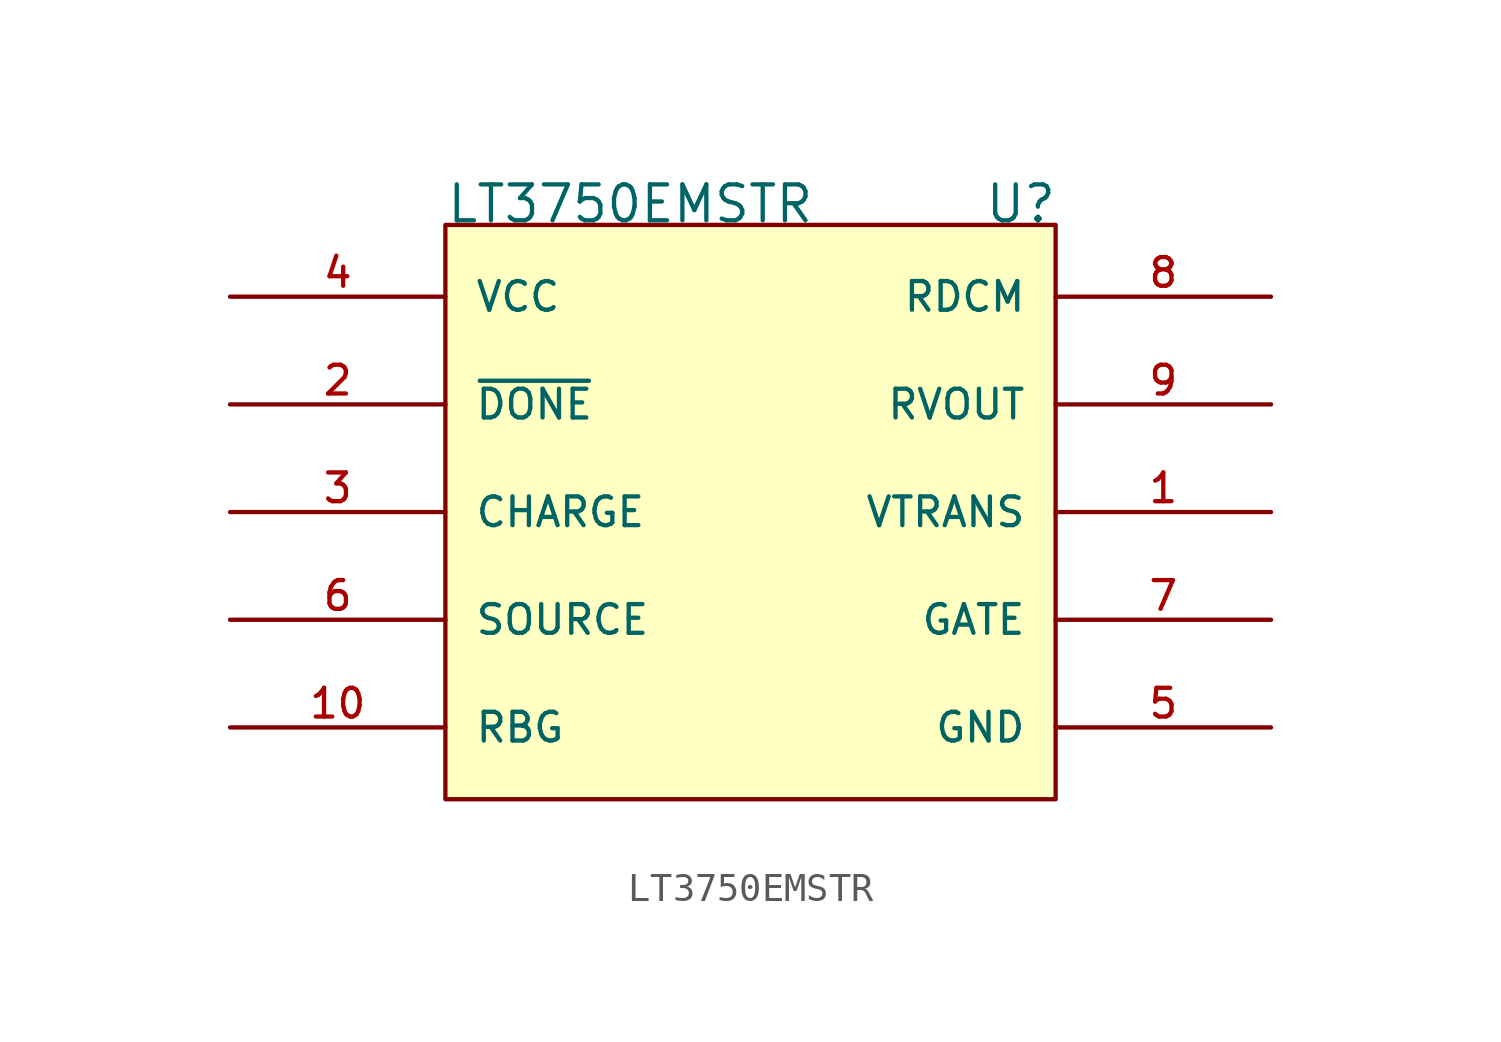
<source format=kicad_sym>
(kicad_symbol_lib
  (version 20220914)
  (generator kicad_symbol_editor)
  (symbol "LT3750EMSTR"
    (pin_names
      (offset 1.016))
    (property "Reference" "U"
      (at 26.67 5.08 0)
      (effects (font (size 1.27 1.27)) (justify left bottom)))
    (property "Value" "LT3750EMSTR"
      (at 7.62 5.08 0)
      (effects (font (size 1.27 1.27)) (justify left bottom)))
    (symbol "LT3750EMSTR_0_0"
      (rectangle (start 7.62 5.08) (end 29.21 -15.24) (stroke (width 0.152) (type default)) (fill (type background)))
      (pin passive line (at 36.83 -5.08 180) (length 7.62) (name "VTRANS" (effects (font (size 1.016 1.016)))) (number "1" (effects (font (size 1.016 1.016)))))
      (pin output line (at 0 -12.7 0) (length 7.62) (name "RBG" (effects (font (size 1.016 1.016)))) (number "10" (effects (font (size 1.016 1.016)))))
      (pin output line (at 0 -1.27 0) (length 7.62) (name "~{DONE}" (effects (font (size 1.016 1.016)))) (number "2" (effects (font (size 1.016 1.016)))))
      (pin input line (at 0 -5.08 0) (length 7.62) (name "CHARGE" (effects (font (size 1.016 1.016)))) (number "3" (effects (font (size 1.016 1.016)))))
      (pin power_in line (at 0 2.54 0) (length 7.62) (name "VCC" (effects (font (size 1.016 1.016)))) (number "4" (effects (font (size 1.016 1.016)))))
      (pin power_in line (at 36.83 -12.7 180) (length 7.62) (name "GND" (effects (font (size 1.016 1.016)))) (number "5" (effects (font (size 1.016 1.016)))))
      (pin passive line (at 0 -8.89 0) (length 7.62) (name "SOURCE" (effects (font (size 1.016 1.016)))) (number "6" (effects (font (size 1.016 1.016)))))
      (pin passive line (at 36.83 -8.89 180) (length 7.62) (name "GATE" (effects (font (size 1.016 1.016)))) (number "7" (effects (font (size 1.016 1.016)))))
      (pin passive line (at 36.83 2.54 180) (length 7.62) (name "RDCM" (effects (font (size 1.016 1.016)))) (number "8" (effects (font (size 1.016 1.016)))))
      (pin output line (at 36.83 -1.27 180) (length 7.62) (name "RVOUT" (effects (font (size 1.016 1.016)))) (number "9" (effects (font (size 1.016 1.016))))))))
</source>
